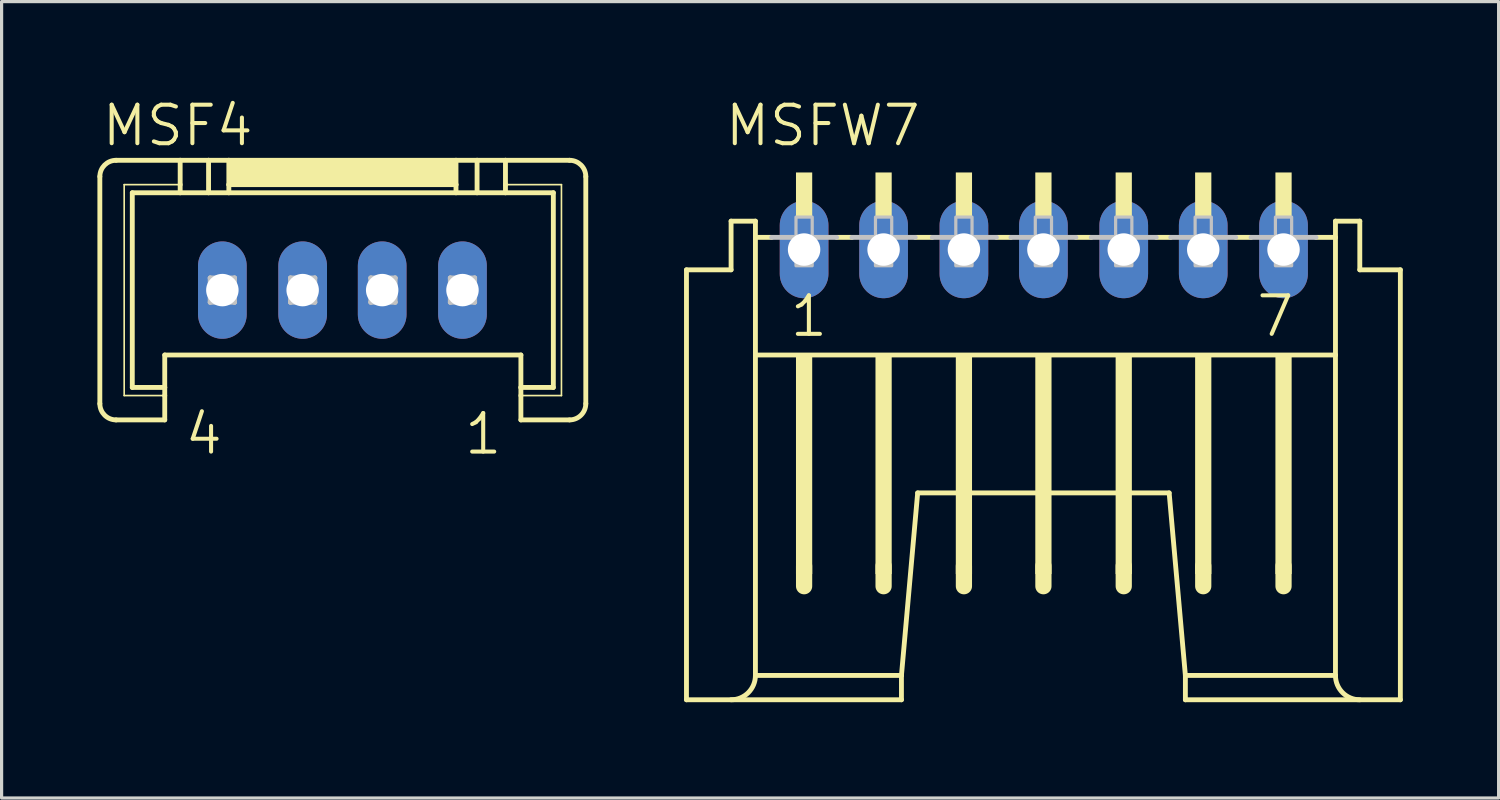
<source format=kicad_pcb>
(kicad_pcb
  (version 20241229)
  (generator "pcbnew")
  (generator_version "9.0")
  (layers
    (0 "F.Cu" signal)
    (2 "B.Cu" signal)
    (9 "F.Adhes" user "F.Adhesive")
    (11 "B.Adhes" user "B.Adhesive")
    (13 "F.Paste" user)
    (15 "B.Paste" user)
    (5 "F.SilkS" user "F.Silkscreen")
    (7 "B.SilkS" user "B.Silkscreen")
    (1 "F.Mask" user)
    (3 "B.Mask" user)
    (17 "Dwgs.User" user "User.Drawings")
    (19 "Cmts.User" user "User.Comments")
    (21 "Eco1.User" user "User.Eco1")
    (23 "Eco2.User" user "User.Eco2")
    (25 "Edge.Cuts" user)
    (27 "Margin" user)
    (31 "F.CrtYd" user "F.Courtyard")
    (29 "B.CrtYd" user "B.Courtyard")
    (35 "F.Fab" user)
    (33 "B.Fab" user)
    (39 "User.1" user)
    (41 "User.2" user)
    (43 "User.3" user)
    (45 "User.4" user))
  (footprint "MSFW7"
    (layer "F.Cu")
    (at 22.126 6.668)
    (property "Reference" "MSFW7" (at -2.54 -5.08 0) (layer "F.SilkS") (effects (font (size 1.206 1.206) (thickness 0.127)) (justify left bottom)))
    (attr through_hole)
    (fp_line (start -3.683 12.192) (end -3.683 -1.27) (stroke (width 0.152) (type solid)) (layer "F.SilkS"))
    (fp_line (start -3.683 12.192) (end 3.048 12.192) (stroke (width 0.152) (type solid)) (layer "F.SilkS"))
    (fp_line (start -2.286 -1.27) (end -3.683 -1.27) (stroke (width 0.152) (type solid)) (layer "F.SilkS"))
    (fp_line (start -2.286 -1.27) (end -2.286 -2.794) (stroke (width 0.152) (type solid)) (layer "F.SilkS"))
    (fp_line (start -1.524 -2.794) (end -2.286 -2.794) (stroke (width 0.152) (type solid)) (layer "F.SilkS"))
    (fp_line (start -1.524 -2.286) (end -1.524 -2.794) (stroke (width 0.152) (type solid)) (layer "F.SilkS"))
    (fp_line (start -1.524 1.397) (end -1.524 -2.286) (stroke (width 0.152) (type solid)) (layer "F.SilkS"))
    (fp_line (start -1.524 11.43) (end -1.524 1.397) (stroke (width 0.152) (type solid)) (layer "F.SilkS"))
    (fp_line (start -1.524 11.43) (end 3.048 11.43) (stroke (width 0.152) (type solid)) (layer "F.SilkS"))
    (fp_line (start -1.016 -2.286) (end -1.524 -2.286) (stroke (width 0.152) (type solid)) (layer "F.SilkS"))
    (fp_line (start 0 8.001) (end 0 8.636) (stroke (width 0.508) (type solid)) (layer "F.SilkS"))
    (fp_line (start 1.499 -2.286) (end 1.016 -2.286) (stroke (width 0.152) (type solid)) (layer "F.SilkS"))
    (fp_line (start 2.489 8.001) (end 2.489 8.636) (stroke (width 0.508) (type solid)) (layer "F.SilkS"))
    (fp_line (start 3.048 11.43) (end 3.556 5.715) (stroke (width 0.152) (type solid)) (layer "F.SilkS"))
    (fp_line (start 3.048 12.192) (end 3.048 11.43) (stroke (width 0.152) (type solid)) (layer "F.SilkS"))
    (fp_line (start 3.556 5.715) (end 11.43 5.715) (stroke (width 0.152) (type solid)) (layer "F.SilkS"))
    (fp_line (start 4.013 -2.286) (end 3.48 -2.286) (stroke (width 0.152) (type solid)) (layer "F.SilkS"))
    (fp_line (start 5.004 8.001) (end 5.004 8.636) (stroke (width 0.508) (type solid)) (layer "F.SilkS"))
    (fp_line (start 6.477 -2.286) (end 6.02 -2.286) (stroke (width 0.152) (type solid)) (layer "F.SilkS"))
    (fp_line (start 7.493 8.001) (end 7.493 8.636) (stroke (width 0.508) (type solid)) (layer "F.SilkS"))
    (fp_line (start 8.992 -2.286) (end 8.509 -2.286) (stroke (width 0.152) (type solid)) (layer "F.SilkS"))
    (fp_line (start 10.008 8.001) (end 10.008 8.636) (stroke (width 0.508) (type solid)) (layer "F.SilkS"))
    (fp_line (start 11.481 -2.286) (end 11.024 -2.286) (stroke (width 0.152) (type solid)) (layer "F.SilkS"))
    (fp_line (start 11.938 11.43) (end 11.43 5.715) (stroke (width 0.152) (type solid)) (layer "F.SilkS"))
    (fp_line (start 11.938 12.192) (end 11.938 11.43) (stroke (width 0.152) (type solid)) (layer "F.SilkS"))
    (fp_line (start 11.938 12.192) (end 18.669 12.192) (stroke (width 0.152) (type solid)) (layer "F.SilkS"))
    (fp_line (start 12.497 8.001) (end 12.497 8.636) (stroke (width 0.508) (type solid)) (layer "F.SilkS"))
    (fp_line (start 13.995 -2.286) (end 13.513 -2.286) (stroke (width 0.152) (type solid)) (layer "F.SilkS"))
    (fp_line (start 15.011 8.001) (end 15.011 8.636) (stroke (width 0.508) (type solid)) (layer "F.SilkS"))
    (fp_line (start 16.637 -2.794) (end 16.637 -2.286) (stroke (width 0.152) (type solid)) (layer "F.SilkS"))
    (fp_line (start 16.637 -2.286) (end 16.027 -2.286) (stroke (width 0.152) (type solid)) (layer "F.SilkS"))
    (fp_line (start 16.637 -2.286) (end 16.637 1.397) (stroke (width 0.152) (type solid)) (layer "F.SilkS"))
    (fp_line (start 16.637 1.397) (end -1.524 1.397) (stroke (width 0.152) (type solid)) (layer "F.SilkS"))
    (fp_line (start 16.637 1.397) (end 16.637 11.43) (stroke (width 0.152) (type solid)) (layer "F.SilkS"))
    (fp_line (start 16.637 11.43) (end 11.938 11.43) (stroke (width 0.152) (type solid)) (layer "F.SilkS"))
    (fp_line (start 17.399 -2.794) (end 16.637 -2.794) (stroke (width 0.152) (type solid)) (layer "F.SilkS"))
    (fp_line (start 17.399 -2.794) (end 17.399 -1.27) (stroke (width 0.152) (type solid)) (layer "F.SilkS"))
    (fp_line (start 18.669 -1.27) (end 17.399 -1.27) (stroke (width 0.152) (type solid)) (layer "F.SilkS"))
    (fp_line (start 18.669 -1.27) (end 18.669 12.192) (stroke (width 0.152) (type solid)) (layer "F.SilkS"))
    (fp_arc (start -1.524 11.43) (mid -1.747185 11.968815) (end -2.286 12.192) (stroke (width 0.1524) (type solid)) (layer "F.SilkS"))
    (fp_arc (start 17.399 12.192) (mid 16.860185 11.968815) (end 16.637 11.43) (stroke (width 0.1524) (type solid)) (layer "F.SilkS"))
    (fp_poly (pts (xy -0.254 -2.921) (xy 0.254 -2.921) (xy 0.254 -4.318) (xy -0.254 -4.318)) (stroke (width 0) (type solid)) (fill yes) (layer "F.SilkS"))
    (fp_poly (pts (xy -0.254 8.255) (xy 0.254 8.255) (xy 0.254 1.397) (xy -0.254 1.397)) (stroke (width 0) (type solid)) (fill yes) (layer "F.SilkS"))
    (fp_poly (pts (xy 2.235 -2.921) (xy 2.743 -2.921) (xy 2.743 -4.318) (xy 2.235 -4.318)) (stroke (width 0) (type solid)) (fill yes) (layer "F.SilkS"))
    (fp_poly (pts (xy 2.235 8.255) (xy 2.743 8.255) (xy 2.743 1.397) (xy 2.235 1.397)) (stroke (width 0) (type solid)) (fill yes) (layer "F.SilkS"))
    (fp_poly (pts (xy 4.75 -2.921) (xy 5.258 -2.921) (xy 5.258 -4.318) (xy 4.75 -4.318)) (stroke (width 0) (type solid)) (fill yes) (layer "F.SilkS"))
    (fp_poly (pts (xy 4.75 8.255) (xy 5.258 8.255) (xy 5.258 1.397) (xy 4.75 1.397)) (stroke (width 0) (type solid)) (fill yes) (layer "F.SilkS"))
    (fp_poly (pts (xy 7.239 -2.921) (xy 7.747 -2.921) (xy 7.747 -4.318) (xy 7.239 -4.318)) (stroke (width 0) (type solid)) (fill yes) (layer "F.SilkS"))
    (fp_poly (pts (xy 7.239 8.255) (xy 7.747 8.255) (xy 7.747 1.397) (xy 7.239 1.397)) (stroke (width 0) (type solid)) (fill yes) (layer "F.SilkS"))
    (fp_poly (pts (xy 9.754 -2.921) (xy 10.262 -2.921) (xy 10.262 -4.318) (xy 9.754 -4.318)) (stroke (width 0) (type solid)) (fill yes) (layer "F.SilkS"))
    (fp_poly (pts (xy 9.754 8.255) (xy 10.262 8.255) (xy 10.262 1.397) (xy 9.754 1.397)) (stroke (width 0) (type solid)) (fill yes) (layer "F.SilkS"))
    (fp_poly (pts (xy 12.243 -2.921) (xy 12.751 -2.921) (xy 12.751 -4.318) (xy 12.243 -4.318)) (stroke (width 0) (type solid)) (fill yes) (layer "F.SilkS"))
    (fp_poly (pts (xy 12.243 8.255) (xy 12.751 8.255) (xy 12.751 1.397) (xy 12.243 1.397)) (stroke (width 0) (type solid)) (fill yes) (layer "F.SilkS"))
    (fp_poly (pts (xy 14.757 -2.921) (xy 15.265 -2.921) (xy 15.265 -4.318) (xy 14.757 -4.318)) (stroke (width 0) (type solid)) (fill yes) (layer "F.SilkS"))
    (fp_poly (pts (xy 14.757 8.255) (xy 15.265 8.255) (xy 15.265 1.397) (xy 14.757 1.397)) (stroke (width 0) (type solid)) (fill yes) (layer "F.SilkS"))
    (fp_line (start -1.016 -2.286) (end 1.016 -2.286) (stroke (width 0.152) (type solid)) (layer "Dwgs.User"))
    (fp_line (start 1.499 -2.286) (end 3.48 -2.286) (stroke (width 0.152) (type solid)) (layer "Dwgs.User"))
    (fp_line (start 4.013 -2.286) (end 6.02 -2.286) (stroke (width 0.152) (type solid)) (layer "Dwgs.User"))
    (fp_line (start 6.477 -2.286) (end 8.509 -2.286) (stroke (width 0.152) (type solid)) (layer "Dwgs.User"))
    (fp_line (start 8.992 -2.286) (end 11.024 -2.286) (stroke (width 0.152) (type solid)) (layer "Dwgs.User"))
    (fp_line (start 11.481 -2.286) (end 13.513 -2.286) (stroke (width 0.152) (type solid)) (layer "Dwgs.User"))
    (fp_line (start 13.995 -2.286) (end 16.027 -2.286) (stroke (width 0.152) (type solid)) (layer "Dwgs.User"))
    (fp_poly (pts (xy -0.254 -1.397) (xy 0.254 -1.397) (xy 0.254 -2.921) (xy -0.254 -2.921)) (stroke (width 0.1) (type solid)) (fill no) (layer "Dwgs.User"))
    (fp_poly (pts (xy 2.235 -1.397) (xy 2.743 -1.397) (xy 2.743 -2.921) (xy 2.235 -2.921)) (stroke (width 0.1) (type solid)) (fill no) (layer "Dwgs.User"))
    (fp_poly (pts (xy 4.75 -1.397) (xy 5.258 -1.397) (xy 5.258 -2.921) (xy 4.75 -2.921)) (stroke (width 0.1) (type solid)) (fill no) (layer "Dwgs.User"))
    (fp_poly (pts (xy 7.239 -1.397) (xy 7.747 -1.397) (xy 7.747 -2.921) (xy 7.239 -2.921)) (stroke (width 0.1) (type solid)) (fill no) (layer "Dwgs.User"))
    (fp_poly (pts (xy 9.754 -1.397) (xy 10.262 -1.397) (xy 10.262 -2.921) (xy 9.754 -2.921)) (stroke (width 0.1) (type solid)) (fill no) (layer "Dwgs.User"))
    (fp_poly (pts (xy 12.243 -1.397) (xy 12.751 -1.397) (xy 12.751 -2.921) (xy 12.243 -2.921)) (stroke (width 0.1) (type solid)) (fill no) (layer "Dwgs.User"))
    (fp_poly (pts (xy 14.757 -1.397) (xy 15.265 -1.397) (xy 15.265 -2.921) (xy 14.757 -2.921)) (stroke (width 0.1) (type solid)) (fill no) (layer "Dwgs.User"))
    (fp_text user "1" (at -0.508 0.889 0) (layer "F.SilkS") (effects (font (size 1.206 1.206) (thickness 0.127)) (justify left bottom)))
    (fp_text user "7" (at 14.097 0.889 0) (layer "F.SilkS") (effects (font (size 1.206 1.206) (thickness 0.127)) (justify left bottom)))
    (pad "1" thru_hole oval (at 0 -1.905 90) (size 3.048 1.524) (drill 1.016) (layers "*.Cu" "*.Mask"))
    (pad "2" thru_hole oval (at 2.489 -1.905 90) (size 3.048 1.524) (drill 1.016) (layers "*.Cu" "*.Mask"))
    (pad "3" thru_hole oval (at 5.004 -1.905 90) (size 3.048 1.524) (drill 1.016) (layers "*.Cu" "*.Mask"))
    (pad "4" thru_hole oval (at 7.493 -1.905 90) (size 3.048 1.524) (drill 1.016) (layers "*.Cu" "*.Mask"))
    (pad "5" thru_hole oval (at 10.008 -1.905 90) (size 3.048 1.524) (drill 1.016) (layers "*.Cu" "*.Mask"))
    (pad "6" thru_hole oval (at 12.497 -1.905 90) (size 3.048 1.524) (drill 1.016) (layers "*.Cu" "*.Mask"))
    (pad "7" thru_hole oval (at 15.011 -1.905 90) (size 3.048 1.524) (drill 1.016) (layers "*.Cu" "*.Mask")))
  (footprint "MSF4"
    (layer "F.Cu")
    (at 7.671 3.493)
    (property "Reference" "MSF4" (at -7.595 -1.905 0) (layer "F.SilkS") (effects (font (size 1.206 1.206) (thickness 0.127)) (justify left bottom)))
    (attr through_hole)
    (fp_line (start -7.595 6.096) (end -7.595 -1.016) (stroke (width 0.152) (type solid)) (layer "F.SilkS"))
    (fp_line (start -7.087 -1.524) (end -5.08 -1.524) (stroke (width 0.152) (type solid)) (layer "F.SilkS"))
    (fp_line (start -6.833 -0.762) (end -5.08 -0.762) (stroke (width 0.051) (type solid)) (layer "F.SilkS"))
    (fp_line (start -6.833 5.842) (end -6.833 -0.762) (stroke (width 0.051) (type solid)) (layer "F.SilkS"))
    (fp_line (start -6.579 -0.508) (end -5.08 -0.508) (stroke (width 0.152) (type solid)) (layer "F.SilkS"))
    (fp_line (start -6.579 5.588) (end -6.579 -0.508) (stroke (width 0.152) (type solid)) (layer "F.SilkS"))
    (fp_line (start -5.563 5.588) (end -6.579 5.588) (stroke (width 0.152) (type solid)) (layer "F.SilkS"))
    (fp_line (start -5.563 5.588) (end -5.563 4.572) (stroke (width 0.152) (type solid)) (layer "F.SilkS"))
    (fp_line (start -5.563 5.588) (end -5.563 5.842) (stroke (width 0.152) (type solid)) (layer "F.SilkS"))
    (fp_line (start -5.563 5.842) (end -6.833 5.842) (stroke (width 0.051) (type solid)) (layer "F.SilkS"))
    (fp_line (start -5.563 5.842) (end -5.563 6.604) (stroke (width 0.152) (type solid)) (layer "F.SilkS"))
    (fp_line (start -5.563 6.604) (end -7.087 6.604) (stroke (width 0.152) (type solid)) (layer "F.SilkS"))
    (fp_line (start -5.08 -1.524) (end -5.08 -0.762) (stroke (width 0.152) (type solid)) (layer "F.SilkS"))
    (fp_line (start -5.08 -1.524) (end -4.191 -1.524) (stroke (width 0.152) (type solid)) (layer "F.SilkS"))
    (fp_line (start -5.08 -0.762) (end -5.08 -0.508) (stroke (width 0.152) (type solid)) (layer "F.SilkS"))
    (fp_line (start -5.08 -0.508) (end -4.191 -0.508) (stroke (width 0.152) (type solid)) (layer "F.SilkS"))
    (fp_line (start -4.191 -1.524) (end -4.191 -0.508) (stroke (width 0.152) (type solid)) (layer "F.SilkS"))
    (fp_line (start -4.191 -1.524) (end -3.556 -1.524) (stroke (width 0.152) (type solid)) (layer "F.SilkS"))
    (fp_line (start -4.191 -0.508) (end -3.556 -0.508) (stroke (width 0.152) (type solid)) (layer "F.SilkS"))
    (fp_line (start -3.556 -1.524) (end -3.556 -0.762) (stroke (width 0.152) (type solid)) (layer "F.SilkS"))
    (fp_line (start -3.556 -1.524) (end 3.556 -1.524) (stroke (width 0.152) (type solid)) (layer "F.SilkS"))
    (fp_line (start -3.556 -0.762) (end -3.556 -0.508) (stroke (width 0.152) (type solid)) (layer "F.SilkS"))
    (fp_line (start -3.556 -0.762) (end 3.556 -0.762) (stroke (width 0.152) (type solid)) (layer "F.SilkS"))
    (fp_line (start -3.556 -0.508) (end 3.556 -0.508) (stroke (width 0.152) (type solid)) (layer "F.SilkS"))
    (fp_line (start 3.556 -1.524) (end 3.556 -0.762) (stroke (width 0.152) (type solid)) (layer "F.SilkS"))
    (fp_line (start 3.556 -1.524) (end 4.216 -1.524) (stroke (width 0.152) (type solid)) (layer "F.SilkS"))
    (fp_line (start 3.556 -0.762) (end 3.556 -0.508) (stroke (width 0.152) (type solid)) (layer "F.SilkS"))
    (fp_line (start 3.556 -0.508) (end 4.216 -0.508) (stroke (width 0.152) (type solid)) (layer "F.SilkS"))
    (fp_line (start 4.216 -1.524) (end 4.216 -0.508) (stroke (width 0.152) (type solid)) (layer "F.SilkS"))
    (fp_line (start 4.216 -1.524) (end 5.105 -1.524) (stroke (width 0.152) (type solid)) (layer "F.SilkS"))
    (fp_line (start 4.216 -0.508) (end 5.105 -0.508) (stroke (width 0.152) (type solid)) (layer "F.SilkS"))
    (fp_line (start 5.105 -1.524) (end 5.105 -0.762) (stroke (width 0.152) (type solid)) (layer "F.SilkS"))
    (fp_line (start 5.105 -1.524) (end 7.112 -1.524) (stroke (width 0.152) (type solid)) (layer "F.SilkS"))
    (fp_line (start 5.105 -0.762) (end 5.105 -0.508) (stroke (width 0.152) (type solid)) (layer "F.SilkS"))
    (fp_line (start 5.105 -0.508) (end 6.604 -0.508) (stroke (width 0.152) (type solid)) (layer "F.SilkS"))
    (fp_line (start 5.588 4.572) (end -5.563 4.572) (stroke (width 0.152) (type solid)) (layer "F.SilkS"))
    (fp_line (start 5.588 5.588) (end 5.588 4.572) (stroke (width 0.152) (type solid)) (layer "F.SilkS"))
    (fp_line (start 5.588 5.842) (end 5.588 5.588) (stroke (width 0.152) (type solid)) (layer "F.SilkS"))
    (fp_line (start 5.588 6.604) (end 5.588 5.842) (stroke (width 0.152) (type solid)) (layer "F.SilkS"))
    (fp_line (start 6.604 -0.508) (end 6.604 5.588) (stroke (width 0.152) (type solid)) (layer "F.SilkS"))
    (fp_line (start 6.604 5.588) (end 5.588 5.588) (stroke (width 0.152) (type solid)) (layer "F.SilkS"))
    (fp_line (start 6.858 -0.762) (end 5.105 -0.762) (stroke (width 0.051) (type solid)) (layer "F.SilkS"))
    (fp_line (start 6.858 -0.762) (end 6.858 5.842) (stroke (width 0.051) (type solid)) (layer "F.SilkS"))
    (fp_line (start 6.858 5.842) (end 5.588 5.842) (stroke (width 0.051) (type solid)) (layer "F.SilkS"))
    (fp_line (start 7.112 6.604) (end 5.588 6.604) (stroke (width 0.152) (type solid)) (layer "F.SilkS"))
    (fp_line (start 7.62 -1.016) (end 7.62 6.096) (stroke (width 0.152) (type solid)) (layer "F.SilkS"))
    (fp_arc (start -7.5946 -1.016) (mid -7.44581 -1.37521) (end -7.0866 -1.524) (stroke (width 0.1524) (type solid)) (layer "F.SilkS"))
    (fp_arc (start -7.0866 6.604) (mid -7.44581 6.45521) (end -7.5946 6.096) (stroke (width 0.1524) (type solid)) (layer "F.SilkS"))
    (fp_arc (start 7.112 -1.524) (mid 7.47121 -1.37521) (end 7.62 -1.016) (stroke (width 0.1524) (type solid)) (layer "F.SilkS"))
    (fp_arc (start 7.62 6.096) (mid 7.47121 6.45521) (end 7.112 6.604) (stroke (width 0.1524) (type solid)) (layer "F.SilkS"))
    (fp_poly (pts (xy -3.556 -0.762) (xy 3.556 -0.762) (xy 3.556 -1.524) (xy -3.556 -1.524)) (stroke (width 0) (type solid)) (fill yes) (layer "F.SilkS"))
    (fp_line (start -4.14 2.159) (end -4.14 2.921) (stroke (width 0.152) (type solid)) (layer "Dwgs.User"))
    (fp_line (start -4.14 2.159) (end -3.378 2.921) (stroke (width 0.152) (type solid)) (layer "Dwgs.User"))
    (fp_line (start -4.14 2.921) (end -3.378 2.921) (stroke (width 0.152) (type solid)) (layer "Dwgs.User"))
    (fp_line (start -3.378 2.159) (end -4.14 2.159) (stroke (width 0.152) (type solid)) (layer "Dwgs.User"))
    (fp_line (start -3.378 2.159) (end -4.14 2.921) (stroke (width 0.152) (type solid)) (layer "Dwgs.User"))
    (fp_line (start -3.378 2.921) (end -3.378 2.159) (stroke (width 0.152) (type solid)) (layer "Dwgs.User"))
    (fp_line (start -1.626 2.159) (end -1.626 2.921) (stroke (width 0.152) (type solid)) (layer "Dwgs.User"))
    (fp_line (start -1.626 2.159) (end -0.864 2.921) (stroke (width 0.152) (type solid)) (layer "Dwgs.User"))
    (fp_line (start -1.626 2.921) (end -0.864 2.921) (stroke (width 0.152) (type solid)) (layer "Dwgs.User"))
    (fp_line (start -0.864 2.159) (end -1.626 2.159) (stroke (width 0.152) (type solid)) (layer "Dwgs.User"))
    (fp_line (start -0.864 2.159) (end -1.626 2.921) (stroke (width 0.152) (type solid)) (layer "Dwgs.User"))
    (fp_line (start -0.864 2.921) (end -0.864 2.159) (stroke (width 0.152) (type solid)) (layer "Dwgs.User"))
    (fp_line (start 0.889 2.159) (end 0.889 2.921) (stroke (width 0.152) (type solid)) (layer "Dwgs.User"))
    (fp_line (start 0.889 2.159) (end 1.651 2.921) (stroke (width 0.152) (type solid)) (layer "Dwgs.User"))
    (fp_line (start 0.889 2.921) (end 1.651 2.921) (stroke (width 0.152) (type solid)) (layer "Dwgs.User"))
    (fp_line (start 1.651 2.159) (end 0.889 2.159) (stroke (width 0.152) (type solid)) (layer "Dwgs.User"))
    (fp_line (start 1.651 2.159) (end 0.889 2.921) (stroke (width 0.152) (type solid)) (layer "Dwgs.User"))
    (fp_line (start 1.651 2.921) (end 1.651 2.159) (stroke (width 0.152) (type solid)) (layer "Dwgs.User"))
    (fp_line (start 3.378 2.159) (end 3.378 2.921) (stroke (width 0.152) (type solid)) (layer "Dwgs.User"))
    (fp_line (start 3.378 2.159) (end 4.14 2.921) (stroke (width 0.152) (type solid)) (layer "Dwgs.User"))
    (fp_line (start 3.378 2.921) (end 4.14 2.921) (stroke (width 0.152) (type solid)) (layer "Dwgs.User"))
    (fp_line (start 4.14 2.159) (end 3.378 2.159) (stroke (width 0.152) (type solid)) (layer "Dwgs.User"))
    (fp_line (start 4.14 2.159) (end 3.378 2.921) (stroke (width 0.152) (type solid)) (layer "Dwgs.User"))
    (fp_line (start 4.14 2.921) (end 4.14 2.159) (stroke (width 0.152) (type solid)) (layer "Dwgs.User"))
    (fp_text user "1" (at 3.75 7.75 0) (layer "F.SilkS") (effects (font (size 1.206 1.206) (thickness 0.127)) (justify left bottom)))
    (fp_text user "4" (at -5 7.75 0) (layer "F.SilkS") (effects (font (size 1.206 1.206) (thickness 0.127)) (justify left bottom)))
    (pad "1" thru_hole oval (at 3.759 2.54 90) (size 3.048 1.524) (drill 1.016) (layers "*.Cu" "*.Mask"))
    (pad "2" thru_hole oval (at 1.245 2.54 90) (size 3.048 1.524) (drill 1.016) (layers "*.Cu" "*.Mask"))
    (pad "3" thru_hole oval (at -1.245 2.54 90) (size 3.048 1.524) (drill 1.016) (layers "*.Cu" "*.Mask"))
    (pad "4" thru_hole oval (at -3.759 2.54 90) (size 3.048 1.524) (drill 1.016) (layers "*.Cu" "*.Mask")))
  (gr_rect
    (start -3 -3)
    (end 43.871 21.936)
    (stroke (width 0.1) (type default))
    (fill no)
    (layer "Edge.Cuts")))
</source>
